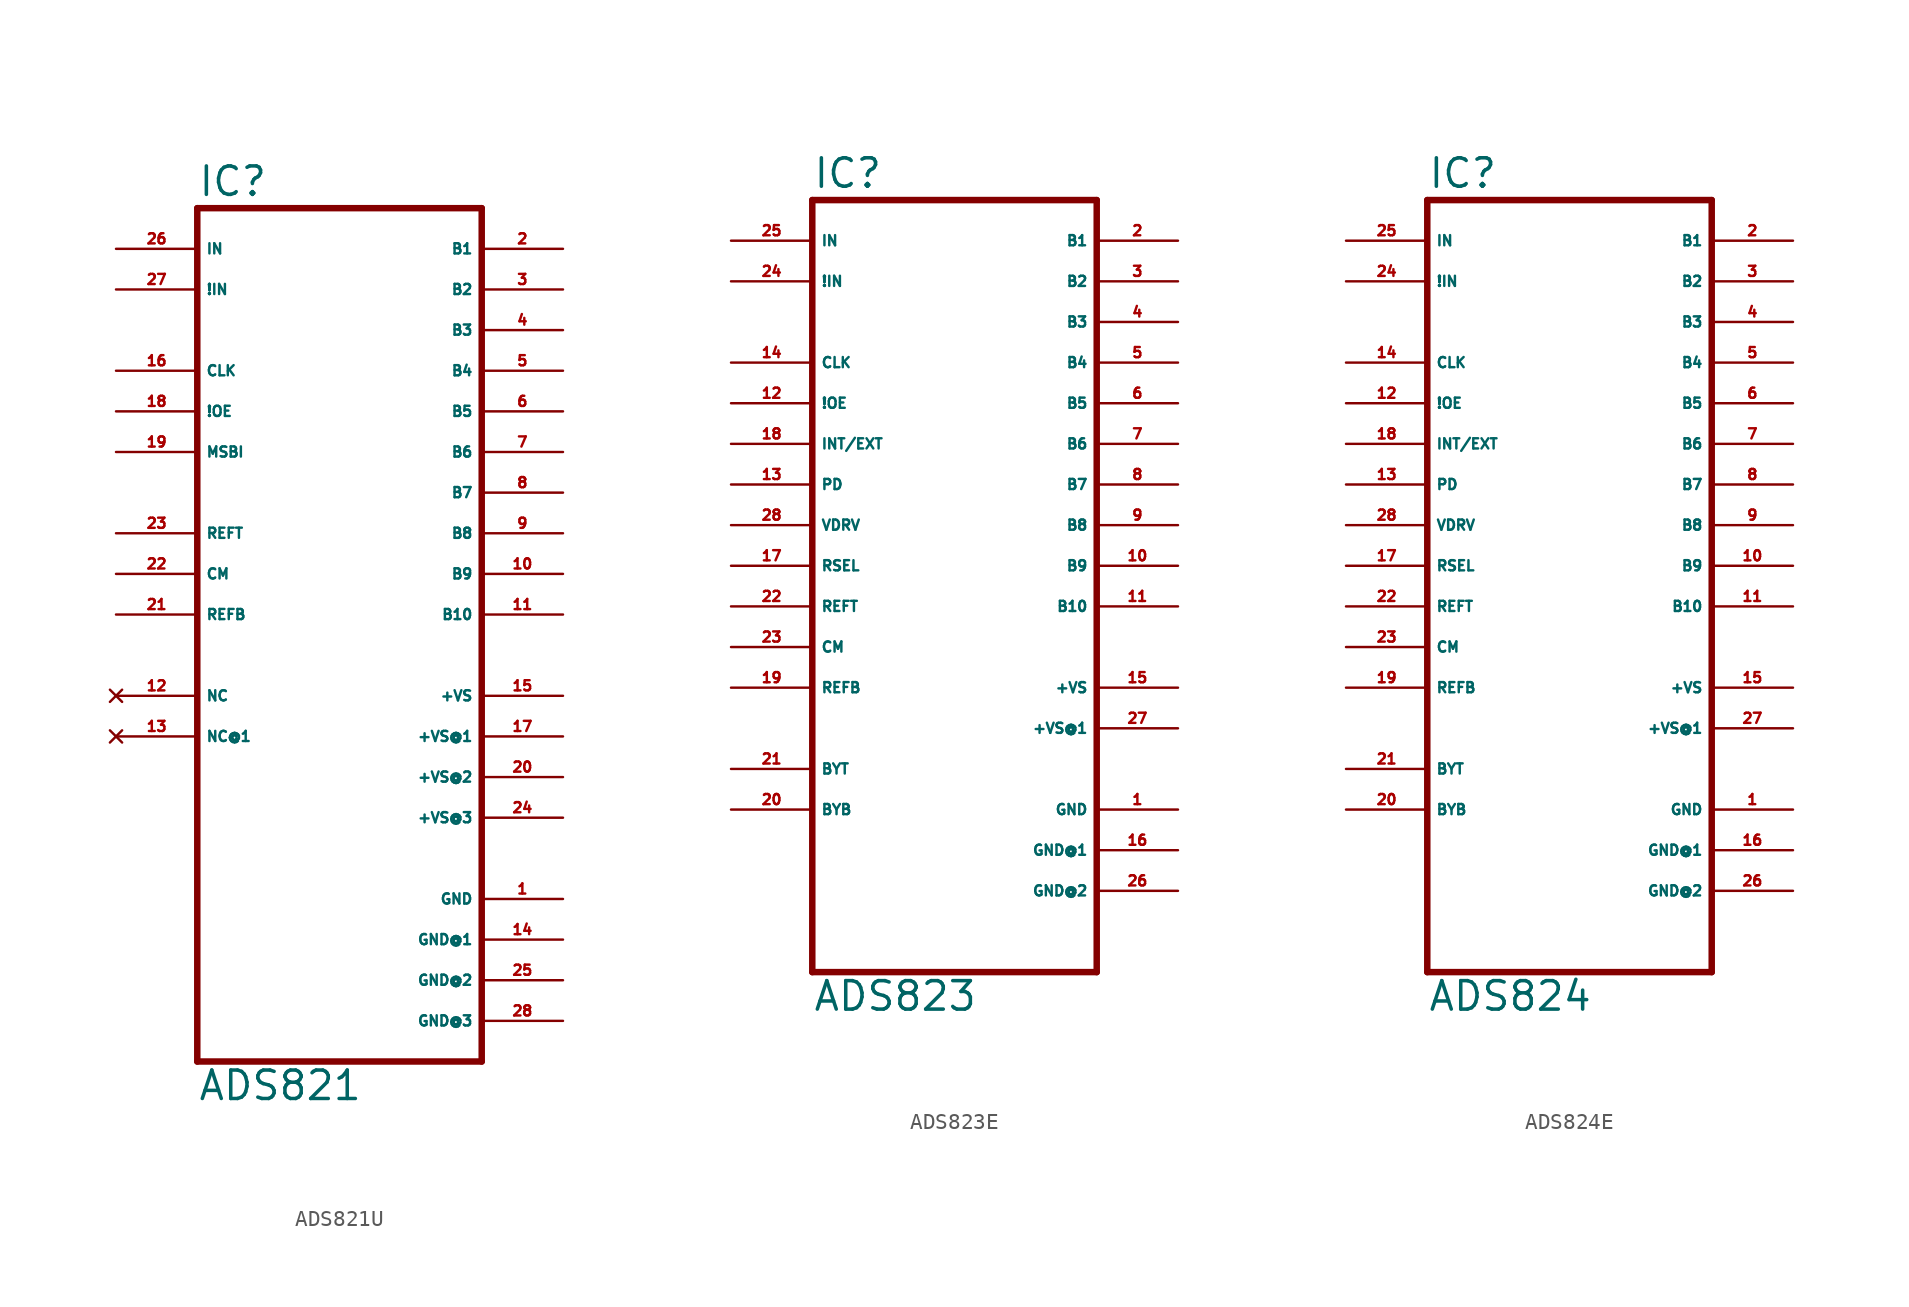
<source format=kicad_sym>
(kicad_symbol_lib
  (version 20220914)
  (generator Eagle2Kicad)
  (symbol "ADS821U"
    (property "Reference" "IC"
      (at -10.16 26.035 0)
      (effects (font (size 1.778 1.778) (thickness 0.22)) (justify left bottom)))
    (property "Value" "ADS821"
      (at -10.16 -30.48 0)
      (effects (font (size 1.778 1.778) (thickness 0.22)) (justify left bottom)))
    (polyline
      (pts (xy -10.16 25.4) (xy 7.62 25.4))
      (stroke (width 0.406) (type default))
      (fill (type none)))
    (polyline
      (pts (xy 7.62 25.4) (xy 7.62 -27.94))
      (stroke (width 0.406) (type default))
      (fill (type none)))
    (polyline
      (pts (xy 7.62 -27.94) (xy -10.16 -27.94))
      (stroke (width 0.406) (type default))
      (fill (type none)))
    (polyline
      (pts (xy -10.16 -27.94) (xy -10.16 25.4))
      (stroke (width 0.406) (type default))
      (fill (type none)))
    (pin input line
      (at -15.24 22.86 0)
      (length 5.08)
      (name "IN" (effects (font (size 0.635 0.635) (thickness 0.08)) (justify left bottom)))
      (number "26" (effects (font (size 0.635 0.635) (thickness 0.08)) (justify left bottom))))
    (pin input line
      (at -15.24 15.24 0)
      (length 5.08)
      (name "CLK" (effects (font (size 0.635 0.635) (thickness 0.08)) (justify left bottom)))
      (number "16" (effects (font (size 0.635 0.635) (thickness 0.08)) (justify left bottom))))
    (pin input line
      (at -15.24 12.7 0)
      (length 5.08)
      (name "!OE" (effects (font (size 0.635 0.635) (thickness 0.08)) (justify left bottom)))
      (number "18" (effects (font (size 0.635 0.635) (thickness 0.08)) (justify left bottom))))
    (pin input line
      (at -15.24 10.16 0)
      (length 5.08)
      (name "MSBI" (effects (font (size 0.635 0.635) (thickness 0.08)) (justify left bottom)))
      (number "19" (effects (font (size 0.635 0.635) (thickness 0.08)) (justify left bottom))))
    (pin output line
      (at 12.7 22.86 180)
      (length 5.08)
      (name "B1" (effects (font (size 0.635 0.635) (thickness 0.08)) (justify left bottom)))
      (number "2" (effects (font (size 0.635 0.635) (thickness 0.08)) (justify left bottom))))
    (pin output line
      (at 12.7 20.32 180)
      (length 5.08)
      (name "B2" (effects (font (size 0.635 0.635) (thickness 0.08)) (justify left bottom)))
      (number "3" (effects (font (size 0.635 0.635) (thickness 0.08)) (justify left bottom))))
    (pin output line
      (at 12.7 17.78 180)
      (length 5.08)
      (name "B3" (effects (font (size 0.635 0.635) (thickness 0.08)) (justify left bottom)))
      (number "4" (effects (font (size 0.635 0.635) (thickness 0.08)) (justify left bottom))))
    (pin output line
      (at 12.7 15.24 180)
      (length 5.08)
      (name "B4" (effects (font (size 0.635 0.635) (thickness 0.08)) (justify left bottom)))
      (number "5" (effects (font (size 0.635 0.635) (thickness 0.08)) (justify left bottom))))
    (pin output line
      (at 12.7 12.7 180)
      (length 5.08)
      (name "B5" (effects (font (size 0.635 0.635) (thickness 0.08)) (justify left bottom)))
      (number "6" (effects (font (size 0.635 0.635) (thickness 0.08)) (justify left bottom))))
    (pin output line
      (at 12.7 10.16 180)
      (length 5.08)
      (name "B6" (effects (font (size 0.635 0.635) (thickness 0.08)) (justify left bottom)))
      (number "7" (effects (font (size 0.635 0.635) (thickness 0.08)) (justify left bottom))))
    (pin output line
      (at 12.7 7.62 180)
      (length 5.08)
      (name "B7" (effects (font (size 0.635 0.635) (thickness 0.08)) (justify left bottom)))
      (number "8" (effects (font (size 0.635 0.635) (thickness 0.08)) (justify left bottom))))
    (pin output line
      (at 12.7 5.08 180)
      (length 5.08)
      (name "B8" (effects (font (size 0.635 0.635) (thickness 0.08)) (justify left bottom)))
      (number "9" (effects (font (size 0.635 0.635) (thickness 0.08)) (justify left bottom))))
    (pin unspecified line
      (at 12.7 -5.08 180)
      (length 5.08)
      (name "+VS" (effects (font (size 0.635 0.635) (thickness 0.08)) (justify left bottom)))
      (number "15" (effects (font (size 0.635 0.635) (thickness 0.08)) (justify left bottom))))
    (pin unspecified line
      (at 12.7 -7.62 180)
      (length 5.08)
      (name "+VS@1" (effects (font (size 0.635 0.635) (thickness 0.08)) (justify left bottom)))
      (number "17" (effects (font (size 0.635 0.635) (thickness 0.08)) (justify left bottom))))
    (pin unspecified line
      (at 12.7 -10.16 180)
      (length 5.08)
      (name "+VS@2" (effects (font (size 0.635 0.635) (thickness 0.08)) (justify left bottom)))
      (number "20" (effects (font (size 0.635 0.635) (thickness 0.08)) (justify left bottom))))
    (pin unspecified line
      (at 12.7 -17.78 180)
      (length 5.08)
      (name "GND" (effects (font (size 0.635 0.635) (thickness 0.08)) (justify left bottom)))
      (number "1" (effects (font (size 0.635 0.635) (thickness 0.08)) (justify left bottom))))
    (pin unspecified line
      (at 12.7 -20.32 180)
      (length 5.08)
      (name "GND@1" (effects (font (size 0.635 0.635) (thickness 0.08)) (justify left bottom)))
      (number "14" (effects (font (size 0.635 0.635) (thickness 0.08)) (justify left bottom))))
    (pin unspecified line
      (at 12.7 -22.86 180)
      (length 5.08)
      (name "GND@2" (effects (font (size 0.635 0.635) (thickness 0.08)) (justify left bottom)))
      (number "25" (effects (font (size 0.635 0.635) (thickness 0.08)) (justify left bottom))))
    (pin unspecified line
      (at 12.7 -25.4 180)
      (length 5.08)
      (name "GND@3" (effects (font (size 0.635 0.635) (thickness 0.08)) (justify left bottom)))
      (number "28" (effects (font (size 0.635 0.635) (thickness 0.08)) (justify left bottom))))
    (pin input line
      (at -15.24 20.32 0)
      (length 5.08)
      (name "!IN" (effects (font (size 0.635 0.635) (thickness 0.08)) (justify left bottom)))
      (number "27" (effects (font (size 0.635 0.635) (thickness 0.08)) (justify left bottom))))
    (pin input line
      (at -15.24 2.54 0)
      (length 5.08)
      (name "CM" (effects (font (size 0.635 0.635) (thickness 0.08)) (justify left bottom)))
      (number "22" (effects (font (size 0.635 0.635) (thickness 0.08)) (justify left bottom))))
    (pin no_connect line
      (at -15.24 -5.08 0)
      (length 5.08)
      (name "NC" (effects (font (size 0.635 0.635) (thickness 0.08)) (justify left bottom) hide))
      (number "12" (effects (font (size 0.635 0.635) (thickness 0.08)) (justify left bottom) hide)))
    (pin no_connect line
      (at -15.24 -7.62 0)
      (length 5.08)
      (name "NC@1" (effects (font (size 0.635 0.635) (thickness 0.08)) (justify left bottom) hide))
      (number "13" (effects (font (size 0.635 0.635) (thickness 0.08)) (justify left bottom) hide)))
    (pin output line
      (at 12.7 0 180)
      (length 5.08)
      (name "B10" (effects (font (size 0.635 0.635) (thickness 0.08)) (justify left bottom)))
      (number "11" (effects (font (size 0.635 0.635) (thickness 0.08)) (justify left bottom))))
    (pin output line
      (at 12.7 2.54 180)
      (length 5.08)
      (name "B9" (effects (font (size 0.635 0.635) (thickness 0.08)) (justify left bottom)))
      (number "10" (effects (font (size 0.635 0.635) (thickness 0.08)) (justify left bottom))))
    (pin input line
      (at -15.24 5.08 0)
      (length 5.08)
      (name "REFT" (effects (font (size 0.635 0.635) (thickness 0.08)) (justify left bottom)))
      (number "23" (effects (font (size 0.635 0.635) (thickness 0.08)) (justify left bottom))))
    (pin input line
      (at -15.24 0 0)
      (length 5.08)
      (name "REFB" (effects (font (size 0.635 0.635) (thickness 0.08)) (justify left bottom)))
      (number "21" (effects (font (size 0.635 0.635) (thickness 0.08)) (justify left bottom))))
    (pin unspecified line
      (at 12.7 -12.7 180)
      (length 5.08)
      (name "+VS@3" (effects (font (size 0.635 0.635) (thickness 0.08)) (justify left bottom)))
      (number "24" (effects (font (size 0.635 0.635) (thickness 0.08)) (justify left bottom)))))
  (symbol "ADS823E"
    (property "Reference" "IC"
      (at -10.16 23.495 0)
      (effects (font (size 1.778 1.778) (thickness 0.22)) (justify left bottom)))
    (property "Value" "ADS823"
      (at -10.16 -27.94 0)
      (effects (font (size 1.778 1.778) (thickness 0.22)) (justify left bottom)))
    (polyline
      (pts (xy -10.16 22.86) (xy 7.62 22.86))
      (stroke (width 0.406) (type default))
      (fill (type none)))
    (polyline
      (pts (xy 7.62 22.86) (xy 7.62 -25.4))
      (stroke (width 0.406) (type default))
      (fill (type none)))
    (polyline
      (pts (xy 7.62 -25.4) (xy -10.16 -25.4))
      (stroke (width 0.406) (type default))
      (fill (type none)))
    (polyline
      (pts (xy -10.16 -25.4) (xy -10.16 22.86))
      (stroke (width 0.406) (type default))
      (fill (type none)))
    (pin input line
      (at -15.24 20.32 0)
      (length 5.08)
      (name "IN" (effects (font (size 0.635 0.635) (thickness 0.08)) (justify left bottom)))
      (number "25" (effects (font (size 0.635 0.635) (thickness 0.08)) (justify left bottom))))
    (pin input line
      (at -15.24 12.7 0)
      (length 5.08)
      (name "CLK" (effects (font (size 0.635 0.635) (thickness 0.08)) (justify left bottom)))
      (number "14" (effects (font (size 0.635 0.635) (thickness 0.08)) (justify left bottom))))
    (pin input line
      (at -15.24 10.16 0)
      (length 5.08)
      (name "!OE" (effects (font (size 0.635 0.635) (thickness 0.08)) (justify left bottom)))
      (number "12" (effects (font (size 0.635 0.635) (thickness 0.08)) (justify left bottom))))
    (pin input line
      (at -15.24 7.62 0)
      (length 5.08)
      (name "INT/EXT" (effects (font (size 0.635 0.635) (thickness 0.08)) (justify left bottom)))
      (number "18" (effects (font (size 0.635 0.635) (thickness 0.08)) (justify left bottom))))
    (pin output line
      (at 12.7 20.32 180)
      (length 5.08)
      (name "B1" (effects (font (size 0.635 0.635) (thickness 0.08)) (justify left bottom)))
      (number "2" (effects (font (size 0.635 0.635) (thickness 0.08)) (justify left bottom))))
    (pin output line
      (at 12.7 17.78 180)
      (length 5.08)
      (name "B2" (effects (font (size 0.635 0.635) (thickness 0.08)) (justify left bottom)))
      (number "3" (effects (font (size 0.635 0.635) (thickness 0.08)) (justify left bottom))))
    (pin output line
      (at 12.7 15.24 180)
      (length 5.08)
      (name "B3" (effects (font (size 0.635 0.635) (thickness 0.08)) (justify left bottom)))
      (number "4" (effects (font (size 0.635 0.635) (thickness 0.08)) (justify left bottom))))
    (pin output line
      (at 12.7 12.7 180)
      (length 5.08)
      (name "B4" (effects (font (size 0.635 0.635) (thickness 0.08)) (justify left bottom)))
      (number "5" (effects (font (size 0.635 0.635) (thickness 0.08)) (justify left bottom))))
    (pin output line
      (at 12.7 10.16 180)
      (length 5.08)
      (name "B5" (effects (font (size 0.635 0.635) (thickness 0.08)) (justify left bottom)))
      (number "6" (effects (font (size 0.635 0.635) (thickness 0.08)) (justify left bottom))))
    (pin output line
      (at 12.7 7.62 180)
      (length 5.08)
      (name "B6" (effects (font (size 0.635 0.635) (thickness 0.08)) (justify left bottom)))
      (number "7" (effects (font (size 0.635 0.635) (thickness 0.08)) (justify left bottom))))
    (pin output line
      (at 12.7 5.08 180)
      (length 5.08)
      (name "B7" (effects (font (size 0.635 0.635) (thickness 0.08)) (justify left bottom)))
      (number "8" (effects (font (size 0.635 0.635) (thickness 0.08)) (justify left bottom))))
    (pin output line
      (at 12.7 2.54 180)
      (length 5.08)
      (name "B8" (effects (font (size 0.635 0.635) (thickness 0.08)) (justify left bottom)))
      (number "9" (effects (font (size 0.635 0.635) (thickness 0.08)) (justify left bottom))))
    (pin unspecified line
      (at 12.7 -7.62 180)
      (length 5.08)
      (name "+VS" (effects (font (size 0.635 0.635) (thickness 0.08)) (justify left bottom)))
      (number "15" (effects (font (size 0.635 0.635) (thickness 0.08)) (justify left bottom))))
    (pin unspecified line
      (at 12.7 -10.16 180)
      (length 5.08)
      (name "+VS@1" (effects (font (size 0.635 0.635) (thickness 0.08)) (justify left bottom)))
      (number "27" (effects (font (size 0.635 0.635) (thickness 0.08)) (justify left bottom))))
    (pin input line
      (at -15.24 0 0)
      (length 5.08)
      (name "RSEL" (effects (font (size 0.635 0.635) (thickness 0.08)) (justify left bottom)))
      (number "17" (effects (font (size 0.635 0.635) (thickness 0.08)) (justify left bottom))))
    (pin unspecified line
      (at 12.7 -15.24 180)
      (length 5.08)
      (name "GND" (effects (font (size 0.635 0.635) (thickness 0.08)) (justify left bottom)))
      (number "1" (effects (font (size 0.635 0.635) (thickness 0.08)) (justify left bottom))))
    (pin unspecified line
      (at 12.7 -17.78 180)
      (length 5.08)
      (name "GND@1" (effects (font (size 0.635 0.635) (thickness 0.08)) (justify left bottom)))
      (number "16" (effects (font (size 0.635 0.635) (thickness 0.08)) (justify left bottom))))
    (pin unspecified line
      (at 12.7 -20.32 180)
      (length 5.08)
      (name "GND@2" (effects (font (size 0.635 0.635) (thickness 0.08)) (justify left bottom)))
      (number "26" (effects (font (size 0.635 0.635) (thickness 0.08)) (justify left bottom))))
    (pin input line
      (at -15.24 2.54 0)
      (length 5.08)
      (name "VDRV" (effects (font (size 0.635 0.635) (thickness 0.08)) (justify left bottom)))
      (number "28" (effects (font (size 0.635 0.635) (thickness 0.08)) (justify left bottom))))
    (pin input line
      (at -15.24 17.78 0)
      (length 5.08)
      (name "!IN" (effects (font (size 0.635 0.635) (thickness 0.08)) (justify left bottom)))
      (number "24" (effects (font (size 0.635 0.635) (thickness 0.08)) (justify left bottom))))
    (pin input line
      (at -15.24 -5.08 0)
      (length 5.08)
      (name "CM" (effects (font (size 0.635 0.635) (thickness 0.08)) (justify left bottom)))
      (number "23" (effects (font (size 0.635 0.635) (thickness 0.08)) (justify left bottom))))
    (pin input line
      (at -15.24 5.08 0)
      (length 5.08)
      (name "PD" (effects (font (size 0.635 0.635) (thickness 0.08)) (justify left bottom)))
      (number "13" (effects (font (size 0.635 0.635) (thickness 0.08)) (justify left bottom))))
    (pin passive line
      (at -15.24 -15.24 0)
      (length 5.08)
      (name "BYB" (effects (font (size 0.635 0.635) (thickness 0.08)) (justify left bottom)))
      (number "20" (effects (font (size 0.635 0.635) (thickness 0.08)) (justify left bottom))))
    (pin output line
      (at 12.7 -2.54 180)
      (length 5.08)
      (name "B10" (effects (font (size 0.635 0.635) (thickness 0.08)) (justify left bottom)))
      (number "11" (effects (font (size 0.635 0.635) (thickness 0.08)) (justify left bottom))))
    (pin output line
      (at 12.7 0 180)
      (length 5.08)
      (name "B9" (effects (font (size 0.635 0.635) (thickness 0.08)) (justify left bottom)))
      (number "10" (effects (font (size 0.635 0.635) (thickness 0.08)) (justify left bottom))))
    (pin input line
      (at -15.24 -2.54 0)
      (length 5.08)
      (name "REFT" (effects (font (size 0.635 0.635) (thickness 0.08)) (justify left bottom)))
      (number "22" (effects (font (size 0.635 0.635) (thickness 0.08)) (justify left bottom))))
    (pin input line
      (at -15.24 -7.62 0)
      (length 5.08)
      (name "REFB" (effects (font (size 0.635 0.635) (thickness 0.08)) (justify left bottom)))
      (number "19" (effects (font (size 0.635 0.635) (thickness 0.08)) (justify left bottom))))
    (pin passive line
      (at -15.24 -12.7 0)
      (length 5.08)
      (name "BYT" (effects (font (size 0.635 0.635) (thickness 0.08)) (justify left bottom)))
      (number "21" (effects (font (size 0.635 0.635) (thickness 0.08)) (justify left bottom)))))
  (symbol "ADS824E"
    (property "Reference" "IC"
      (at -10.16 23.495 0)
      (effects (font (size 1.778 1.778) (thickness 0.22)) (justify left bottom)))
    (property "Value" "ADS824"
      (at -10.16 -27.94 0)
      (effects (font (size 1.778 1.778) (thickness 0.22)) (justify left bottom)))
    (polyline
      (pts (xy -10.16 22.86) (xy 7.62 22.86))
      (stroke (width 0.406) (type default))
      (fill (type none)))
    (polyline
      (pts (xy 7.62 22.86) (xy 7.62 -25.4))
      (stroke (width 0.406) (type default))
      (fill (type none)))
    (polyline
      (pts (xy 7.62 -25.4) (xy -10.16 -25.4))
      (stroke (width 0.406) (type default))
      (fill (type none)))
    (polyline
      (pts (xy -10.16 -25.4) (xy -10.16 22.86))
      (stroke (width 0.406) (type default))
      (fill (type none)))
    (pin input line
      (at -15.24 20.32 0)
      (length 5.08)
      (name "IN" (effects (font (size 0.635 0.635) (thickness 0.08)) (justify left bottom)))
      (number "25" (effects (font (size 0.635 0.635) (thickness 0.08)) (justify left bottom))))
    (pin input line
      (at -15.24 12.7 0)
      (length 5.08)
      (name "CLK" (effects (font (size 0.635 0.635) (thickness 0.08)) (justify left bottom)))
      (number "14" (effects (font (size 0.635 0.635) (thickness 0.08)) (justify left bottom))))
    (pin input line
      (at -15.24 10.16 0)
      (length 5.08)
      (name "!OE" (effects (font (size 0.635 0.635) (thickness 0.08)) (justify left bottom)))
      (number "12" (effects (font (size 0.635 0.635) (thickness 0.08)) (justify left bottom))))
    (pin input line
      (at -15.24 7.62 0)
      (length 5.08)
      (name "INT/EXT" (effects (font (size 0.635 0.635) (thickness 0.08)) (justify left bottom)))
      (number "18" (effects (font (size 0.635 0.635) (thickness 0.08)) (justify left bottom))))
    (pin output line
      (at 12.7 20.32 180)
      (length 5.08)
      (name "B1" (effects (font (size 0.635 0.635) (thickness 0.08)) (justify left bottom)))
      (number "2" (effects (font (size 0.635 0.635) (thickness 0.08)) (justify left bottom))))
    (pin output line
      (at 12.7 17.78 180)
      (length 5.08)
      (name "B2" (effects (font (size 0.635 0.635) (thickness 0.08)) (justify left bottom)))
      (number "3" (effects (font (size 0.635 0.635) (thickness 0.08)) (justify left bottom))))
    (pin output line
      (at 12.7 15.24 180)
      (length 5.08)
      (name "B3" (effects (font (size 0.635 0.635) (thickness 0.08)) (justify left bottom)))
      (number "4" (effects (font (size 0.635 0.635) (thickness 0.08)) (justify left bottom))))
    (pin output line
      (at 12.7 12.7 180)
      (length 5.08)
      (name "B4" (effects (font (size 0.635 0.635) (thickness 0.08)) (justify left bottom)))
      (number "5" (effects (font (size 0.635 0.635) (thickness 0.08)) (justify left bottom))))
    (pin output line
      (at 12.7 10.16 180)
      (length 5.08)
      (name "B5" (effects (font (size 0.635 0.635) (thickness 0.08)) (justify left bottom)))
      (number "6" (effects (font (size 0.635 0.635) (thickness 0.08)) (justify left bottom))))
    (pin output line
      (at 12.7 7.62 180)
      (length 5.08)
      (name "B6" (effects (font (size 0.635 0.635) (thickness 0.08)) (justify left bottom)))
      (number "7" (effects (font (size 0.635 0.635) (thickness 0.08)) (justify left bottom))))
    (pin output line
      (at 12.7 5.08 180)
      (length 5.08)
      (name "B7" (effects (font (size 0.635 0.635) (thickness 0.08)) (justify left bottom)))
      (number "8" (effects (font (size 0.635 0.635) (thickness 0.08)) (justify left bottom))))
    (pin output line
      (at 12.7 2.54 180)
      (length 5.08)
      (name "B8" (effects (font (size 0.635 0.635) (thickness 0.08)) (justify left bottom)))
      (number "9" (effects (font (size 0.635 0.635) (thickness 0.08)) (justify left bottom))))
    (pin unspecified line
      (at 12.7 -7.62 180)
      (length 5.08)
      (name "+VS" (effects (font (size 0.635 0.635) (thickness 0.08)) (justify left bottom)))
      (number "15" (effects (font (size 0.635 0.635) (thickness 0.08)) (justify left bottom))))
    (pin unspecified line
      (at 12.7 -10.16 180)
      (length 5.08)
      (name "+VS@1" (effects (font (size 0.635 0.635) (thickness 0.08)) (justify left bottom)))
      (number "27" (effects (font (size 0.635 0.635) (thickness 0.08)) (justify left bottom))))
    (pin input line
      (at -15.24 0 0)
      (length 5.08)
      (name "RSEL" (effects (font (size 0.635 0.635) (thickness 0.08)) (justify left bottom)))
      (number "17" (effects (font (size 0.635 0.635) (thickness 0.08)) (justify left bottom))))
    (pin unspecified line
      (at 12.7 -15.24 180)
      (length 5.08)
      (name "GND" (effects (font (size 0.635 0.635) (thickness 0.08)) (justify left bottom)))
      (number "1" (effects (font (size 0.635 0.635) (thickness 0.08)) (justify left bottom))))
    (pin unspecified line
      (at 12.7 -17.78 180)
      (length 5.08)
      (name "GND@1" (effects (font (size 0.635 0.635) (thickness 0.08)) (justify left bottom)))
      (number "16" (effects (font (size 0.635 0.635) (thickness 0.08)) (justify left bottom))))
    (pin unspecified line
      (at 12.7 -20.32 180)
      (length 5.08)
      (name "GND@2" (effects (font (size 0.635 0.635) (thickness 0.08)) (justify left bottom)))
      (number "26" (effects (font (size 0.635 0.635) (thickness 0.08)) (justify left bottom))))
    (pin input line
      (at -15.24 2.54 0)
      (length 5.08)
      (name "VDRV" (effects (font (size 0.635 0.635) (thickness 0.08)) (justify left bottom)))
      (number "28" (effects (font (size 0.635 0.635) (thickness 0.08)) (justify left bottom))))
    (pin input line
      (at -15.24 17.78 0)
      (length 5.08)
      (name "!IN" (effects (font (size 0.635 0.635) (thickness 0.08)) (justify left bottom)))
      (number "24" (effects (font (size 0.635 0.635) (thickness 0.08)) (justify left bottom))))
    (pin input line
      (at -15.24 -5.08 0)
      (length 5.08)
      (name "CM" (effects (font (size 0.635 0.635) (thickness 0.08)) (justify left bottom)))
      (number "23" (effects (font (size 0.635 0.635) (thickness 0.08)) (justify left bottom))))
    (pin input line
      (at -15.24 5.08 0)
      (length 5.08)
      (name "PD" (effects (font (size 0.635 0.635) (thickness 0.08)) (justify left bottom)))
      (number "13" (effects (font (size 0.635 0.635) (thickness 0.08)) (justify left bottom))))
    (pin passive line
      (at -15.24 -15.24 0)
      (length 5.08)
      (name "BYB" (effects (font (size 0.635 0.635) (thickness 0.08)) (justify left bottom)))
      (number "20" (effects (font (size 0.635 0.635) (thickness 0.08)) (justify left bottom))))
    (pin output line
      (at 12.7 -2.54 180)
      (length 5.08)
      (name "B10" (effects (font (size 0.635 0.635) (thickness 0.08)) (justify left bottom)))
      (number "11" (effects (font (size 0.635 0.635) (thickness 0.08)) (justify left bottom))))
    (pin output line
      (at 12.7 0 180)
      (length 5.08)
      (name "B9" (effects (font (size 0.635 0.635) (thickness 0.08)) (justify left bottom)))
      (number "10" (effects (font (size 0.635 0.635) (thickness 0.08)) (justify left bottom))))
    (pin input line
      (at -15.24 -2.54 0)
      (length 5.08)
      (name "REFT" (effects (font (size 0.635 0.635) (thickness 0.08)) (justify left bottom)))
      (number "22" (effects (font (size 0.635 0.635) (thickness 0.08)) (justify left bottom))))
    (pin input line
      (at -15.24 -7.62 0)
      (length 5.08)
      (name "REFB" (effects (font (size 0.635 0.635) (thickness 0.08)) (justify left bottom)))
      (number "19" (effects (font (size 0.635 0.635) (thickness 0.08)) (justify left bottom))))
    (pin passive line
      (at -15.24 -12.7 0)
      (length 5.08)
      (name "BYT" (effects (font (size 0.635 0.635) (thickness 0.08)) (justify left bottom)))
      (number "21" (effects (font (size 0.635 0.635) (thickness 0.08)) (justify left bottom))))))
</source>
